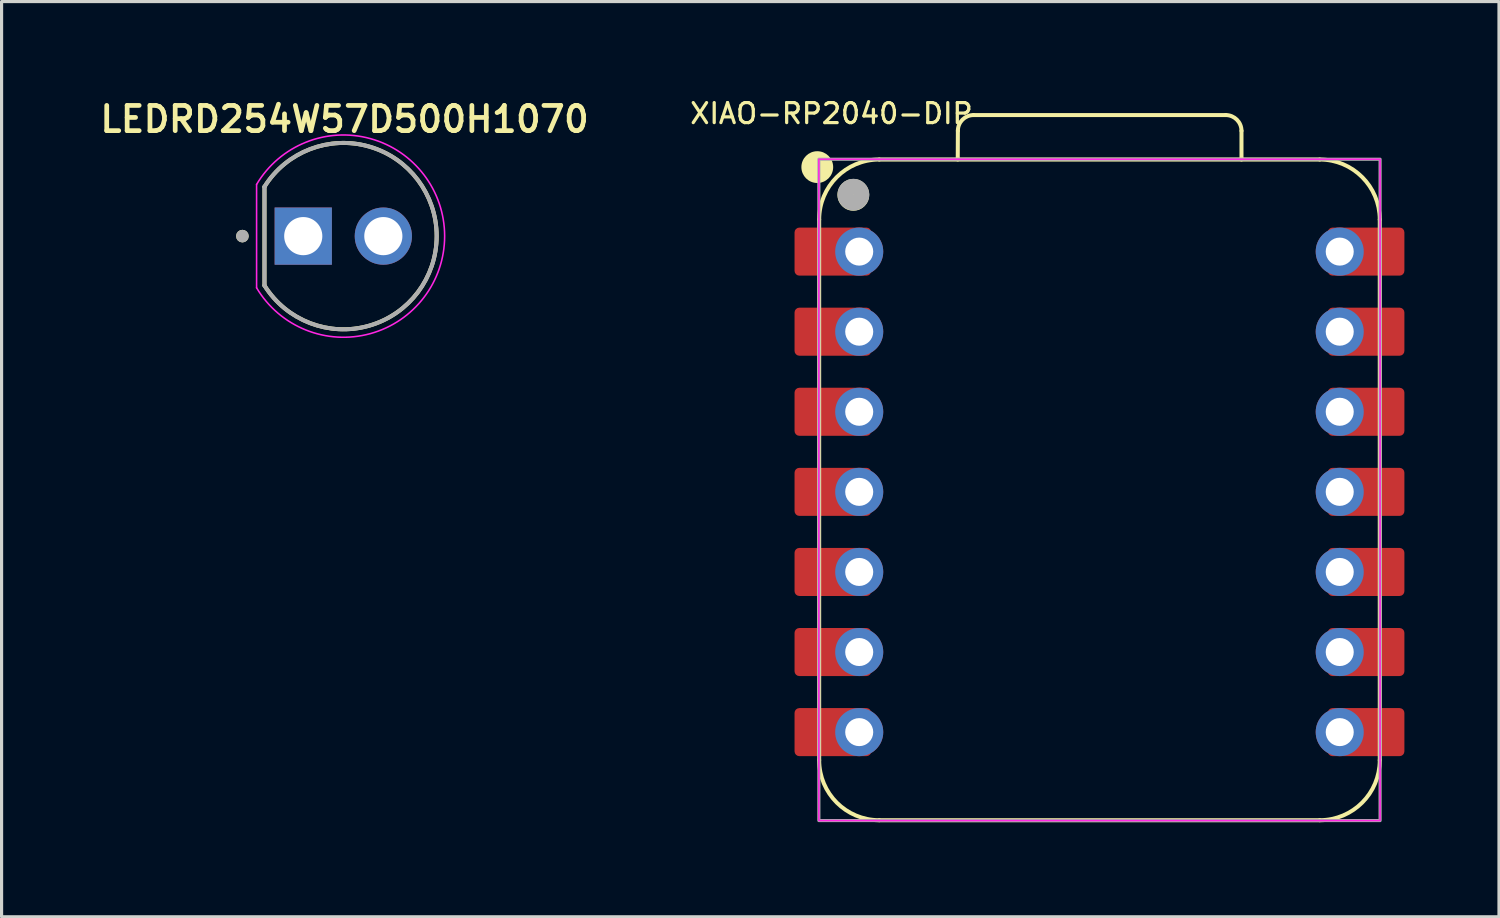
<source format=kicad_pcb>
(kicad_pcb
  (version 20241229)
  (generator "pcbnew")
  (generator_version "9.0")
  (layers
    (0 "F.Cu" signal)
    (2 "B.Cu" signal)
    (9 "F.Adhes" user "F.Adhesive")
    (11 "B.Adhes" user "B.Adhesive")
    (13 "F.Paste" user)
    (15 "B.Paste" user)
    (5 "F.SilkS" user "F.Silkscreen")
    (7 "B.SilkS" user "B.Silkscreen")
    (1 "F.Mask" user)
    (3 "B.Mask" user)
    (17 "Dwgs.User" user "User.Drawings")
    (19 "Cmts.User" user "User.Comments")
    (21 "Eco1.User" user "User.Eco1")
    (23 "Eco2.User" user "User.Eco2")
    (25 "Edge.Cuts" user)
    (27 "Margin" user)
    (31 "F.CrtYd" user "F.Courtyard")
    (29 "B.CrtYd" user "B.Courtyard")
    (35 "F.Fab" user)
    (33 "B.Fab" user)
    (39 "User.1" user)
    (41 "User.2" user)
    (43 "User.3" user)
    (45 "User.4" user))
  (footprint "LEDRD254W57D500H1070"
    (layer "F.Cu")
    (at 7.838 4.439)
    (property "Reference" "LEDRD254W57D500H1070" (at 0.04 -3.708 0) (layer "F.SilkS") (effects (font (size 0.8 0.8) (thickness 0.15))))
    (attr through_hole)
    (fp_line (start -2.5 -1.566) (end -2.5 1.566) (stroke (width 0.127) (type solid)) (layer "F.SilkS"))
    (fp_arc (start -2.5 -1.566) (mid 2.961291 0) (end -2.5 1.566) (stroke (width 0.127) (type solid)) (layer "F.SilkS"))
    (fp_circle (center -3.2 0) (end -3.1 0) (stroke (width 0.2) (type solid)) (fill no) (layer "F.SilkS"))
    (fp_line (start -2.75 -1.64) (end -2.75 1.64) (stroke (width 0.05) (type solid)) (layer "F.CrtYd"))
    (fp_arc (start -2.75 -1.64) (mid 3.214145 0) (end -2.75 1.64) (stroke (width 0.05) (type solid)) (layer "F.CrtYd"))
    (fp_line (start -2.5 -1.566) (end -2.5 1.566) (stroke (width 0.127) (type solid)) (layer "F.Fab"))
    (fp_arc (start -2.5 -1.566) (mid 2.961291 0) (end -2.5 1.566) (stroke (width 0.127) (type solid)) (layer "F.Fab"))
    (fp_circle (center -3.2 0) (end -3.1 0) (stroke (width 0.2) (type solid)) (fill no) (layer "F.Fab"))
    (pad "A" thru_hole circle (at 1.27 0) (size 1.815 1.815) (drill 1.21) (layers "*.Cu" "*.Mask"))
    (pad "C" thru_hole rect (at -1.27 0) (size 1.815 1.815) (drill 1.21) (layers "*.Cu" "*.Mask")))
  (footprint "XIAO-RP2040-DIP"
    (layer "F.Cu")
    (at 31.821 12.55)
    (property "Reference" "XIAO-RP2040-DIP" (at -8.5 -12 0) (unlocked yes) (layer "F.SilkS") (effects (font (size 0.635 0.635) (thickness 0.102))))
    (attr smd)
    (fp_line (start -8.89 8.509) (end -8.89 -8.636) (stroke (width 0.127) (type solid)) (layer "F.SilkS"))
    (fp_line (start -6.985 10.414) (end 6.985 10.414) (stroke (width 0.127) (type solid)) (layer "F.SilkS"))
    (fp_line (start -4.495 -10.541) (end -4.491 -11.451) (stroke (width 0.127) (type solid)) (layer "F.SilkS"))
    (fp_line (start -3.991 -11.951) (end 4.004 -11.951) (stroke (width 0.127) (type solid)) (layer "F.SilkS"))
    (fp_line (start 4.504 -11.451) (end 4.504 -10.541) (stroke (width 0.127) (type solid)) (layer "F.SilkS"))
    (fp_line (start 6.985 -10.541) (end -6.985 -10.541) (stroke (width 0.1) (type solid)) (layer "F.SilkS"))
    (fp_line (start 6.985 -10.541) (end -6.985 -10.541) (stroke (width 0.127) (type solid)) (layer "F.SilkS"))
    (fp_line (start 8.89 8.509) (end 8.89 -8.636) (stroke (width 0.127) (type solid)) (layer "F.SilkS"))
    (fp_arc (start -8.89 -8.636) (mid -8.332038 -9.983038) (end -6.985 -10.541) (stroke (width 0.127) (type solid)) (layer "F.SilkS"))
    (fp_arc (start -6.985 10.414) (mid -8.332038 9.856038) (end -8.89 8.509) (stroke (width 0.127) (type solid)) (layer "F.SilkS"))
    (fp_arc (start -4.491272 -11.451272) (mid -4.344728 -11.80464) (end -3.991272 -11.951) (stroke (width 0.127) (type default)) (layer "F.SilkS"))
    (fp_arc (start 4.004 -11.951) (mid 4.357553 -11.804553) (end 4.504 -11.451) (stroke (width 0.127) (type default)) (layer "F.SilkS"))
    (fp_arc (start 6.985 -10.541) (mid 8.332038 -9.983038) (end 8.89 -8.636) (stroke (width 0.127) (type solid)) (layer "F.SilkS"))
    (fp_arc (start 8.89 8.509) (mid 8.332038 9.856038) (end 6.985 10.414) (stroke (width 0.127) (type solid)) (layer "F.SilkS"))
    (fp_circle (center -8.95 -10.3) (end -8.95 -10.554) (stroke (width 0.5) (type solid)) (fill yes) (layer "F.SilkS"))
    (fp_circle (center -7.807 -9.42) (end -7.807 -9.674) (stroke (width 0.5) (type solid)) (fill yes) (layer "F.SilkS"))
    (fp_rect (start -8.9 -10.55) (end 8.9 10.425) (stroke (width 0.05) (type default)) (fill no) (layer "F.CrtYd"))
    (fp_rect (start -8.9 -10.55) (end 8.9 10.425) (stroke (width 0.1) (type default)) (fill no) (layer "F.Fab"))
    (fp_circle (center -7.804 -9.426) (end -7.804 -9.68) (stroke (width 0.5) (type solid)) (fill no) (layer "F.Fab"))
    (pad "1" smd roundrect (at -8.455 -7.62 180) (size 2.432 1.524) (layers "F.Cu" "F.Mask") (roundrect_rratio 0.1))
    (pad "1" thru_hole circle (at -7.62 -7.62 180) (size 1.524 1.524) (drill 0.889) (layers "*.Cu" "*.Mask"))
    (pad "2" smd roundrect (at -8.455 -5.08 180) (size 2.432 1.524) (layers "F.Cu" "F.Mask") (roundrect_rratio 0.1))
    (pad "2" thru_hole circle (at -7.62 -5.08 180) (size 1.524 1.524) (drill 0.889) (layers "*.Cu" "*.Mask"))
    (pad "3" smd roundrect (at -8.455 -2.54 180) (size 2.432 1.524) (layers "F.Cu" "F.Mask") (roundrect_rratio 0.1))
    (pad "3" thru_hole circle (at -7.62 -2.54 180) (size 1.524 1.524) (drill 0.889) (layers "*.Cu" "*.Mask"))
    (pad "4" smd roundrect (at -8.455 0 180) (size 2.432 1.524) (layers "F.Cu" "F.Mask") (roundrect_rratio 0.1))
    (pad "4" thru_hole circle (at -7.62 0 180) (size 1.524 1.524) (drill 0.889) (layers "*.Cu" "*.Mask"))
    (pad "5" smd roundrect (at -8.455 2.54 180) (size 2.432 1.524) (layers "F.Cu" "F.Mask") (roundrect_rratio 0.1))
    (pad "5" thru_hole circle (at -7.62 2.54 180) (size 1.524 1.524) (drill 0.889) (layers "*.Cu" "*.Mask"))
    (pad "6" smd roundrect (at -8.455 5.08 180) (size 2.432 1.524) (layers "F.Cu" "F.Mask") (roundrect_rratio 0.1))
    (pad "6" thru_hole circle (at -7.62 5.08 180) (size 1.524 1.524) (drill 0.889) (layers "*.Cu" "*.Mask"))
    (pad "7" smd roundrect (at -8.455 7.62 180) (size 2.432 1.524) (layers "F.Cu" "F.Mask") (roundrect_rratio 0.1))
    (pad "7" thru_hole circle (at -7.62 7.62 180) (size 1.524 1.524) (drill 0.889) (layers "*.Cu" "*.Mask"))
    (pad "8" thru_hole circle (at 7.62 7.62) (size 1.524 1.524) (drill 0.889) (layers "*.Cu" "*.Mask"))
    (pad "8" smd roundrect (at 8.455 7.62) (size 2.432 1.524) (layers "F.Cu" "F.Mask") (roundrect_rratio 0.1))
    (pad "9" thru_hole circle (at 7.62 5.08) (size 1.524 1.524) (drill 0.889) (layers "*.Cu" "*.Mask"))
    (pad "9" smd roundrect (at 8.455 5.08) (size 2.432 1.524) (layers "F.Cu" "F.Mask") (roundrect_rratio 0.1))
    (pad "10" thru_hole circle (at 7.62 2.54) (size 1.524 1.524) (drill 0.889) (layers "*.Cu" "*.Mask"))
    (pad "10" smd roundrect (at 8.455 2.54) (size 2.432 1.524) (layers "F.Cu" "F.Mask") (roundrect_rratio 0.1))
    (pad "11" thru_hole circle (at 7.62 0) (size 1.524 1.524) (drill 0.889) (layers "*.Cu" "*.Mask"))
    (pad "11" smd roundrect (at 8.455 0) (size 2.432 1.524) (layers "F.Cu" "F.Mask") (roundrect_rratio 0.1))
    (pad "12" thru_hole circle (at 7.62 -2.54) (size 1.524 1.524) (drill 0.889) (layers "*.Cu" "*.Mask"))
    (pad "12" smd roundrect (at 8.455 -2.54) (size 2.432 1.524) (layers "F.Cu" "F.Mask") (roundrect_rratio 0.1))
    (pad "13" thru_hole circle (at 7.62 -5.08) (size 1.524 1.524) (drill 0.889) (layers "*.Cu" "*.Mask"))
    (pad "13" smd roundrect (at 8.455 -5.08) (size 2.432 1.524) (layers "F.Cu" "F.Mask") (roundrect_rratio 0.1))
    (pad "14" thru_hole circle (at 7.62 -7.62) (size 1.524 1.524) (drill 0.889) (layers "*.Cu" "*.Mask"))
    (pad "14" smd roundrect (at 8.455 -7.62) (size 2.432 1.524) (layers "F.Cu" "F.Mask") (roundrect_rratio 0.1)))
  (gr_rect
    (start -3 -3)
    (end 44.492 26.027)
    (stroke (width 0.1) (type default))
    (fill no)
    (layer "Edge.Cuts")))
</source>
